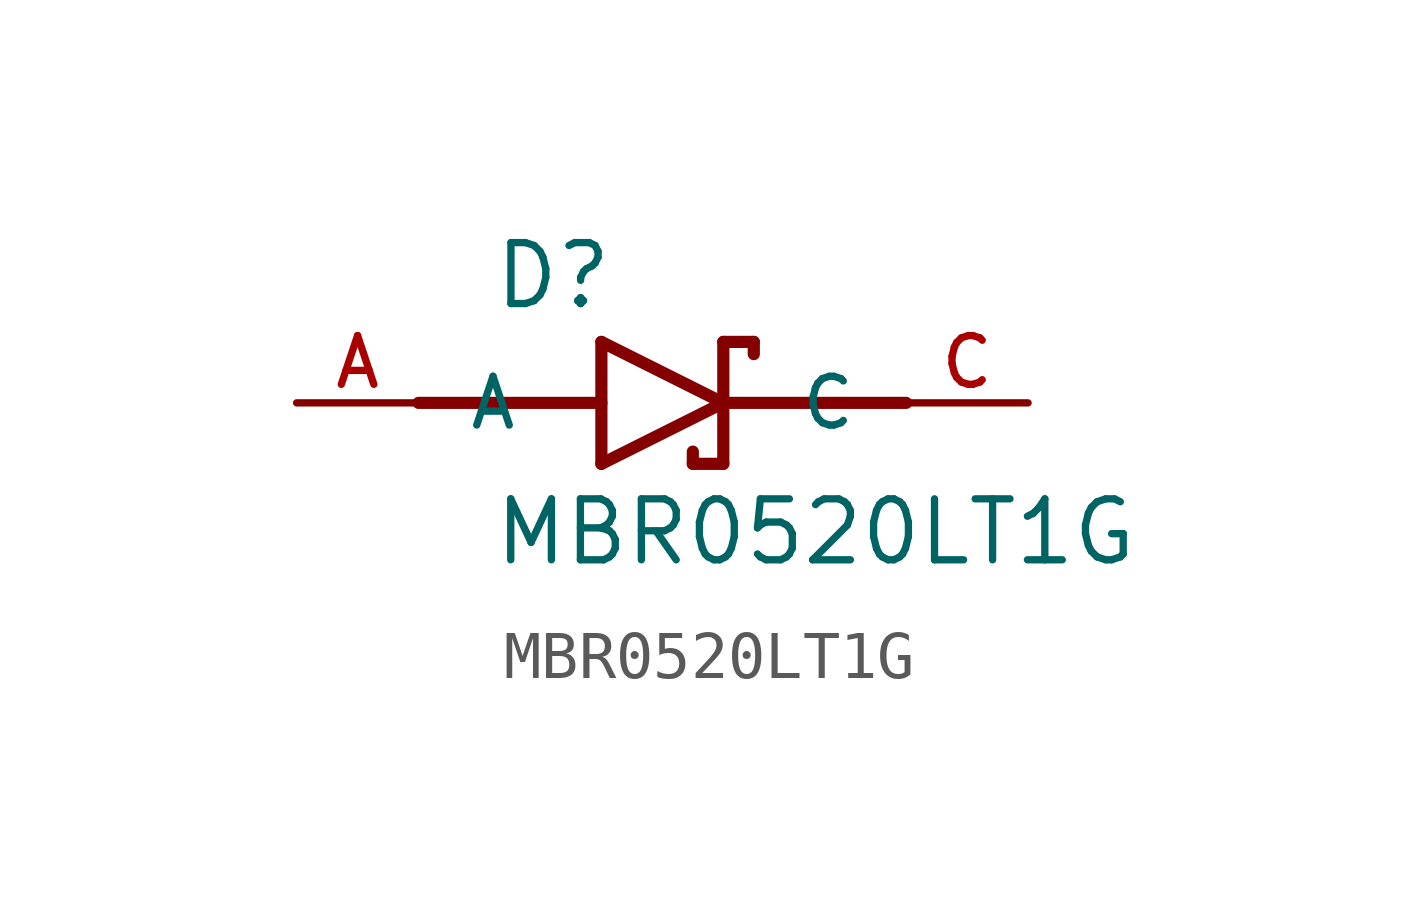
<source format=kicad_sym>
(kicad_symbol_lib
  (version 20211014)
  (generator kicad_symbol_editor)
  (symbol "MBR0520LT1G"
    (pin_names
      (offset 1.016))
    (property "Reference" "D"
      (at -3.557 1.906 0)
      (effects (font (size 1.27 1.27)) (justify bottom left)))
    (property "Value" "MBR0520LT1G"
      (at -3.561 -3.433 0)
      (effects (font (size 1.27 1.27)) (justify bottom left)))
    (symbol "MBR0520LT1G_0_0"
      (polyline (pts (xy -1.27 -1.27) (xy 1.27 0.0)) (stroke (width 0.254)))
      (polyline (pts (xy 1.27 0.0) (xy -1.27 1.27)) (stroke (width 0.254)))
      (polyline (pts (xy 1.905 1.27) (xy 1.27 1.27)) (stroke (width 0.254)))
      (polyline (pts (xy -1.27 1.27) (xy -1.27 -1.27)) (stroke (width 0.254)))
      (polyline (pts (xy 1.27 1.27) (xy 1.27 -1.27)) (stroke (width 0.254)))
      (polyline (pts (xy 1.905 1.27) (xy 1.905 1.016)) (stroke (width 0.254)))
      (polyline (pts (xy 1.27 -1.27) (xy 0.635 -1.27)) (stroke (width 0.254)))
      (polyline (pts (xy 0.635 -1.016) (xy 0.635 -1.27)) (stroke (width 0.254)))
      (polyline (pts (xy -5.08 0.0) (xy -1.27 0.0)) (stroke (width 0.254)))
      (polyline (pts (xy 1.27 0.0) (xy 5.08 0.0)) (stroke (width 0.254)))
      (pin passive line (at -7.62 0.0 0) (length 2.54) (name "A" (effects (font (size 1.016 1.016)))) (number "A" (effects (font (size 1.016 1.016)))))
      (pin passive line (at 7.62 0.0 180.0) (length 2.54) (name "C" (effects (font (size 1.016 1.016)))) (number "C" (effects (font (size 1.016 1.016))))))))
</source>
